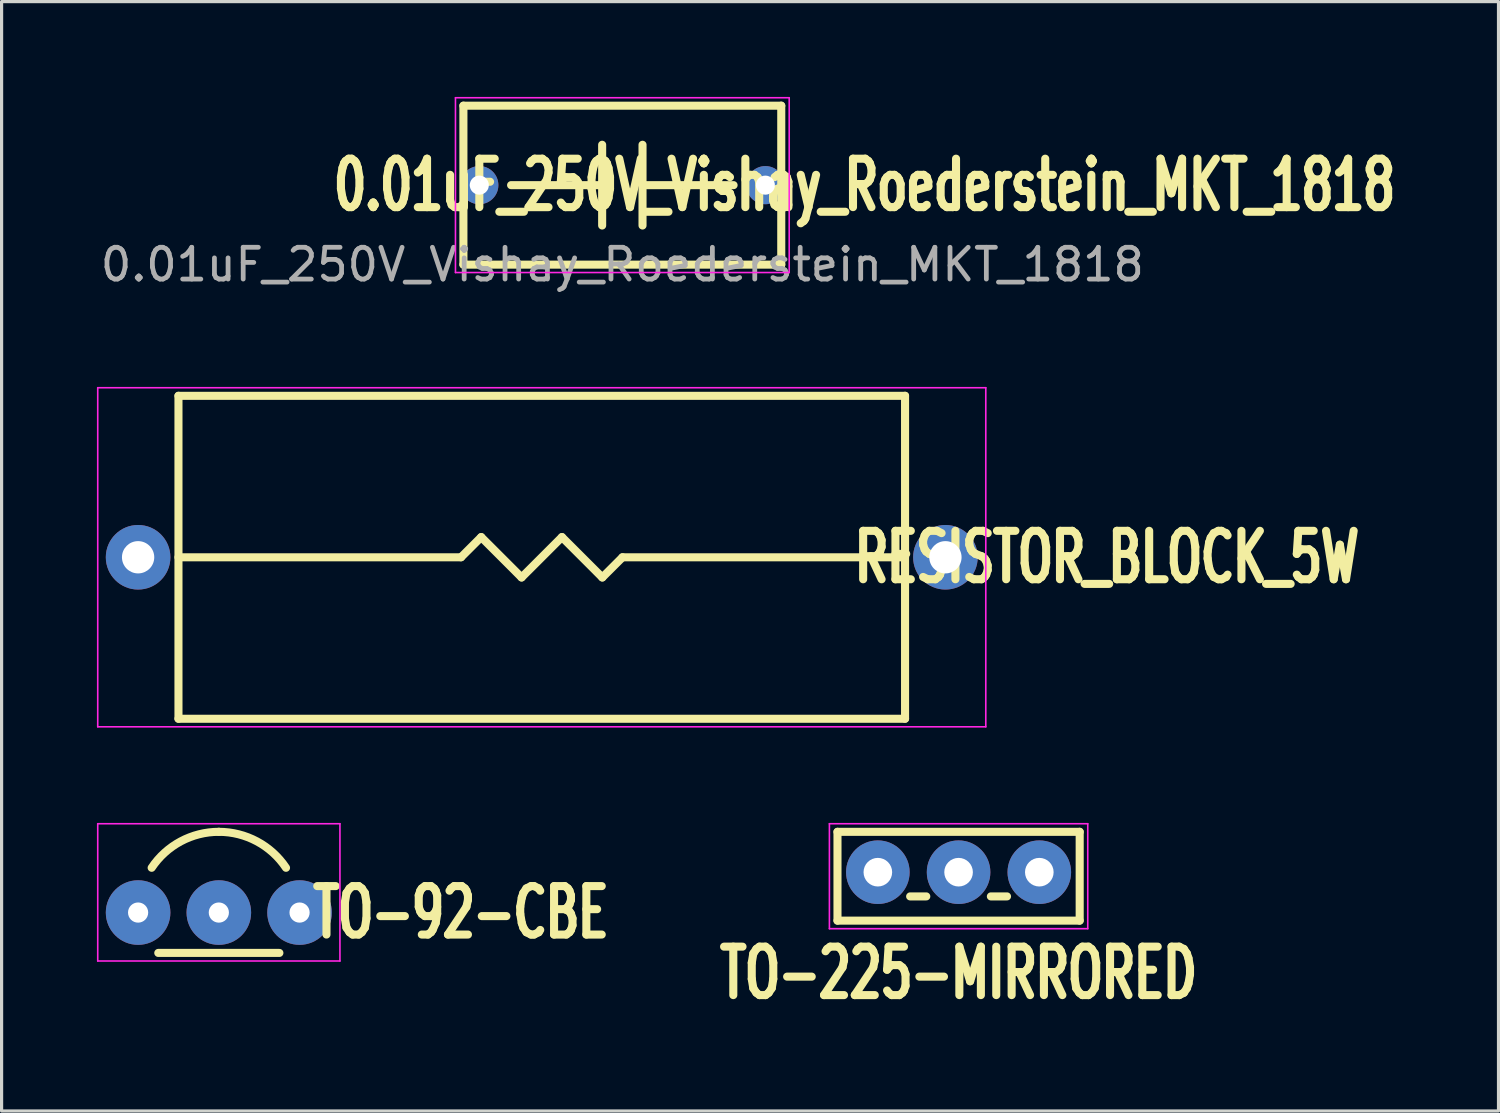
<source format=kicad_pcb>
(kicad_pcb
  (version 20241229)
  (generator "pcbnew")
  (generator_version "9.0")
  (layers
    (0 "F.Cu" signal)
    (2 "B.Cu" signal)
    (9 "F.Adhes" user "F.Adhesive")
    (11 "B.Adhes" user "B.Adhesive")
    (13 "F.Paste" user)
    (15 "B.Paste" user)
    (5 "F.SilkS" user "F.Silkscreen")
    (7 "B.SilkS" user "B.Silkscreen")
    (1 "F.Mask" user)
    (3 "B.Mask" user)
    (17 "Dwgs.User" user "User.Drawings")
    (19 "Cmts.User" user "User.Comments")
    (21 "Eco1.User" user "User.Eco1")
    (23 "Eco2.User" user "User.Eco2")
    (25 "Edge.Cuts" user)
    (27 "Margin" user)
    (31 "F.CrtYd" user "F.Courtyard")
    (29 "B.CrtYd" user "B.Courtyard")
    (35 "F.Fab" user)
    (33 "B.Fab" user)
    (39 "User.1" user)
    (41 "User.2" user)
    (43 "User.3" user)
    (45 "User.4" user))
  (footprint "TO-225-MIRRORED"
    (layer "F.Cu")
    (at 27.109 24.391)
    (property "Reference" "TO-225-MIRRORED" (at 0 3.175 0) (layer "F.SilkS") (effects (font (size 1.524 1.016) (thickness 0.254))))
    (attr through_hole)
    (fp_line (start -3.81 -1.27) (end 3.81 -1.27) (stroke (width 0.254) (type solid)) (layer "F.SilkS"))
    (fp_line (start -3.81 1.524) (end -3.81 -1.27) (stroke (width 0.254) (type solid)) (layer "F.SilkS"))
    (fp_line (start -1.016 0.762) (end -1.524 0.762) (stroke (width 0.254) (type solid)) (layer "F.SilkS"))
    (fp_line (start 1.524 0.762) (end 1.016 0.762) (stroke (width 0.254) (type solid)) (layer "F.SilkS"))
    (fp_line (start 3.81 -1.27) (end 3.81 1.524) (stroke (width 0.254) (type solid)) (layer "F.SilkS"))
    (fp_line (start 3.81 1.524) (end -3.81 1.524) (stroke (width 0.254) (type solid)) (layer "F.SilkS"))
    (fp_line (start -4.064 -1.524) (end -4.064 1.778) (stroke (width 0.051) (type solid)) (layer "F.CrtYd"))
    (fp_line (start -4.064 1.778) (end 4.064 1.778) (stroke (width 0.051) (type solid)) (layer "F.CrtYd"))
    (fp_line (start 4.064 -1.524) (end -4.064 -1.524) (stroke (width 0.051) (type solid)) (layer "F.CrtYd"))
    (fp_line (start 4.064 1.778) (end 4.064 -1.524) (stroke (width 0.051) (type solid)) (layer "F.CrtYd"))
    (pad "1" thru_hole circle (at 0 0 180) (size 2 2) (drill 0.9) (layers "*.Cu" "*.Mask"))
    (pad "2" thru_hole circle (at 2.54 0 180) (size 2 2) (drill 0.9) (layers "*.Cu" "*.Mask"))
    (pad "3" thru_hole circle (at -2.54 0 180) (size 2 2) (drill 0.9) (layers "*.Cu" "*.Mask")))
  (footprint "TO-92-CBE"
    (layer "F.Cu")
    (at 3.835 25.661)
    (property "Reference" "TO-92-CBE" (at 7.62 0 0) (layer "F.SilkS") (effects (font (size 1.524 1.016) (thickness 0.254))))
    (attr through_hole)
    (fp_line (start -1.905 1.27) (end 1.905 1.27) (stroke (width 0.254) (type solid)) (layer "F.SilkS"))
    (fp_arc (start -2.113408 -1.408938) (mid -1.198519 -2.239453) (end 0 -2.54) (stroke (width 0.254) (type solid)) (layer "F.SilkS"))
    (fp_arc (start 0 -2.54) (mid 1.198519 -2.239453) (end 2.113408 -1.408938) (stroke (width 0.254) (type solid)) (layer "F.SilkS"))
    (fp_line (start -3.81 -2.794) (end -3.81 1.524) (stroke (width 0.051) (type solid)) (layer "F.CrtYd"))
    (fp_line (start -3.81 -2.794) (end 3.81 -2.794) (stroke (width 0.051) (type solid)) (layer "F.CrtYd"))
    (fp_line (start -3.81 1.524) (end 3.81 1.524) (stroke (width 0.051) (type solid)) (layer "F.CrtYd"))
    (fp_line (start 3.81 1.524) (end 3.81 -2.794) (stroke (width 0.051) (type solid)) (layer "F.CrtYd"))
    (pad "1" thru_hole circle (at -2.54 0) (size 2.032 2.032) (drill 0.635) (layers "*.Cu" "*.Mask"))
    (pad "2" thru_hole circle (at 0 0) (size 2.032 2.032) (drill 0.635) (layers "*.Cu" "*.Mask"))
    (pad "3" thru_hole circle (at 2.54 0) (size 2.032 2.032) (drill 0.635) (layers "*.Cu" "*.Mask")))
  (footprint "RESISTOR_BLOCK_5W"
    (layer "F.Cu")
    (at 13.995 14.483)
    (property "Reference" "RESISTOR_BLOCK_5W" (at 17.78 0 0) (layer "F.SilkS") (effects (font (size 1.524 1.016) (thickness 0.254))))
    (attr through_hole)
    (fp_line (start -11.43 -5.08) (end -11.43 5.08) (stroke (width 0.254) (type solid)) (layer "F.SilkS"))
    (fp_line (start -11.43 5.08) (end 11.43 5.08) (stroke (width 0.254) (type solid)) (layer "F.SilkS"))
    (fp_line (start -2.54 0) (end -11.43 0) (stroke (width 0.254) (type solid)) (layer "F.SilkS"))
    (fp_line (start -1.905 -0.635) (end -2.54 0) (stroke (width 0.254) (type solid)) (layer "F.SilkS"))
    (fp_line (start -0.635 0.635) (end -1.905 -0.635) (stroke (width 0.254) (type solid)) (layer "F.SilkS"))
    (fp_line (start 0.635 -0.635) (end -0.635 0.635) (stroke (width 0.254) (type solid)) (layer "F.SilkS"))
    (fp_line (start 0.635 -0.635) (end 1.905 0.635) (stroke (width 0.254) (type solid)) (layer "F.SilkS"))
    (fp_line (start 1.905 0.635) (end 2.54 0) (stroke (width 0.254) (type solid)) (layer "F.SilkS"))
    (fp_line (start 11.43 -5.08) (end -11.43 -5.08) (stroke (width 0.254) (type solid)) (layer "F.SilkS"))
    (fp_line (start 11.43 0) (end 2.54 0) (stroke (width 0.254) (type solid)) (layer "F.SilkS"))
    (fp_line (start 11.43 5.08) (end 11.43 -5.08) (stroke (width 0.254) (type solid)) (layer "F.SilkS"))
    (fp_line (start -13.97 -5.334) (end -13.97 5.334) (stroke (width 0.051) (type solid)) (layer "F.CrtYd"))
    (fp_line (start -13.97 5.334) (end 13.97 5.334) (stroke (width 0.051) (type solid)) (layer "F.CrtYd"))
    (fp_line (start 13.97 -5.334) (end -13.97 -5.334) (stroke (width 0.051) (type solid)) (layer "F.CrtYd"))
    (fp_line (start 13.97 5.334) (end 13.97 -5.334) (stroke (width 0.051) (type solid)) (layer "F.CrtYd"))
    (pad "1" thru_hole circle (at -12.7 0) (size 2.032 2.032) (drill 1.016) (layers "*.Cu" "*.Mask"))
    (pad "2" thru_hole circle (at 12.7 0) (size 2.032 2.032) (drill 1.016) (layers "*.Cu" "*.Mask")))
  (footprint "0.01uF_250V_Vishay_Roederstein_MKT_1818"
    (layer "F.Cu")
    (at 16.53 2.775)
    (property "Reference" "0.01uF_250V_Vishay_Roederstein_MKT_1818" (at 7.62 0 0) (unlocked yes) (layer "F.SilkS") (effects (font (size 1.524 1.016) (thickness 0.254))))
    (attr through_hole)
    (fp_line (start -5 -2.5) (end -5 2.5) (stroke (width 0.254) (type solid)) (layer "F.SilkS"))
    (fp_line (start -5 -2.5) (end 5 -2.5) (stroke (width 0.254) (type solid)) (layer "F.SilkS"))
    (fp_line (start -5 2.5) (end 5 2.5) (stroke (width 0.254) (type solid)) (layer "F.SilkS"))
    (fp_line (start -0.635 0) (end -3.5 0) (stroke (width 0.254) (type solid)) (layer "F.SilkS"))
    (fp_line (start -0.635 1.27) (end -0.635 -1.27) (stroke (width 0.254) (type solid)) (layer "F.SilkS"))
    (fp_line (start 0.635 1.27) (end 0.635 -1.27) (stroke (width 0.254) (type solid)) (layer "F.SilkS"))
    (fp_line (start 3.5 0) (end 0.635 0) (stroke (width 0.254) (type solid)) (layer "F.SilkS"))
    (fp_line (start 5 -2.5) (end 5 2.5) (stroke (width 0.254) (type solid)) (layer "F.SilkS"))
    (fp_line (start -5.25 -2.75) (end -5.25 2.75) (stroke (width 0.05) (type solid)) (layer "F.CrtYd"))
    (fp_line (start -5.25 2.75) (end 5.25 2.75) (stroke (width 0.05) (type solid)) (layer "F.CrtYd"))
    (fp_line (start 5.25 -2.75) (end -5.25 -2.75) (stroke (width 0.05) (type solid)) (layer "F.CrtYd"))
    (fp_line (start 5.25 2.75) (end 5.25 -2.75) (stroke (width 0.05) (type solid)) (layer "F.CrtYd"))
    (fp_text user "${REFERENCE}" (at 0 2.5 0) (unlocked yes) (layer "F.Fab") (effects (font (size 1 1) (thickness 0.15))))
    (pad "1" thru_hole circle (at -4.5 0) (size 1.2 1.2) (drill 0.6) (layers "*.Cu" "*.Mask"))
    (pad "2" thru_hole circle (at 4.5 0) (size 1.2 1.2) (drill 0.6) (layers "*.Cu" "*.Mask")))
  (gr_rect
    (start -3 -3)
    (end 44.096 31.904)
    (stroke (width 0.1) (type default))
    (fill no)
    (layer "Edge.Cuts")))
</source>
